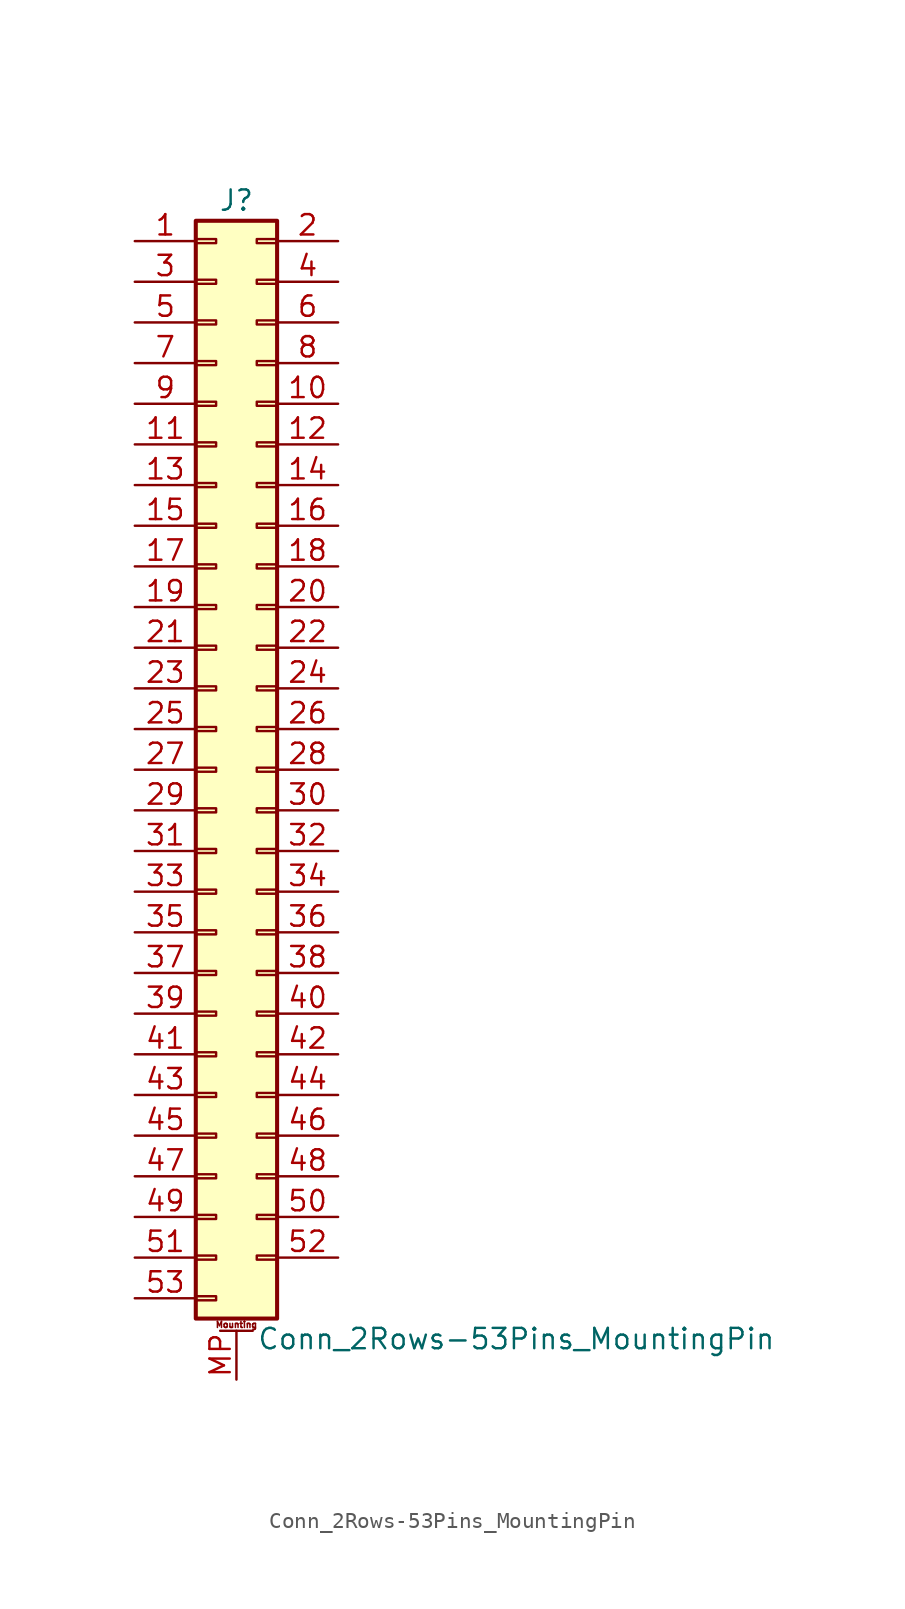
<source format=kicad_sym>
(kicad_symbol_lib
  (version 20200908)
  (generator kicad_symbol_editor)
  (symbol "Connector_Generic_MountingPin:Conn_2Rows-53Pins_MountingPin"
    (pin_names
      (offset 1.016) hide)
    (property "Reference" "J"
      (at 1.27 35.56 0)
      (effects (font (size 1.27 1.27))))
    (property "Value" "Conn_2Rows-53Pins_MountingPin"
      (at 2.54 -35.56 0)
      (effects (font (size 1.27 1.27)) (justify left)))
    (symbol "Conn_2Rows-53Pins_MountingPin_1_1"
      (text "Mounting" (at 1.27 -34.671 0) (effects (font (size 0.381 0.381))))
      (rectangle (start -1.27 -27.813) (end 0 -28.067) (stroke (width 0.152)) (fill (type none)))
      (rectangle (start -1.27 -30.353) (end 0 -30.607) (stroke (width 0.152)) (fill (type none)))
      (rectangle (start -1.27 -32.893) (end 0 -33.147) (stroke (width 0.152)) (fill (type none)))
      (rectangle (start -1.27 -4.953) (end 0 -5.207) (stroke (width 0.152)) (fill (type none)))
      (rectangle (start -1.27 -7.493) (end 0 -7.747) (stroke (width 0.152)) (fill (type none)))
      (rectangle (start -1.27 -10.033) (end 0 -10.287) (stroke (width 0.152)) (fill (type none)))
      (rectangle (start -1.27 -12.573) (end 0 -12.827) (stroke (width 0.152)) (fill (type none)))
      (rectangle (start -1.27 -15.113) (end 0 -15.367) (stroke (width 0.152)) (fill (type none)))
      (rectangle (start -1.27 -17.653) (end 0 -17.907) (stroke (width 0.152)) (fill (type none)))
      (rectangle (start -1.27 -20.193) (end 0 -20.447) (stroke (width 0.152)) (fill (type none)))
      (rectangle (start -1.27 -22.733) (end 0 -22.987) (stroke (width 0.152)) (fill (type none)))
      (rectangle (start -1.27 -2.413) (end 0 -2.667) (stroke (width 0.152)) (fill (type none)))
      (rectangle (start -1.27 -25.273) (end 0 -25.527) (stroke (width 0.152)) (fill (type none)))
      (rectangle (start -1.27 25.527) (end 0 25.273) (stroke (width 0.152)) (fill (type none)))
      (rectangle (start -1.27 2.667) (end 0 2.413) (stroke (width 0.152)) (fill (type none)))
      (rectangle (start -1.27 28.067) (end 0 27.813) (stroke (width 0.152)) (fill (type none)))
      (rectangle (start -1.27 30.607) (end 0 30.353) (stroke (width 0.152)) (fill (type none)))
      (rectangle (start -1.27 33.147) (end 0 32.893) (stroke (width 0.152)) (fill (type none)))
      (rectangle (start -1.27 34.29) (end 3.81 -34.29) (stroke (width 0.254)) (fill (type background)))
      (rectangle (start -1.27 5.207) (end 0 4.953) (stroke (width 0.152)) (fill (type none)))
      (rectangle (start -1.27 7.747) (end 0 7.493) (stroke (width 0.152)) (fill (type none)))
      (rectangle (start -1.27 10.287) (end 0 10.033) (stroke (width 0.152)) (fill (type none)))
      (rectangle (start -1.27 0.127) (end 0 -0.127) (stroke (width 0.152)) (fill (type none)))
      (rectangle (start -1.27 12.827) (end 0 12.573) (stroke (width 0.152)) (fill (type none)))
      (rectangle (start -1.27 15.367) (end 0 15.113) (stroke (width 0.152)) (fill (type none)))
      (rectangle (start -1.27 17.907) (end 0 17.653) (stroke (width 0.152)) (fill (type none)))
      (rectangle (start -1.27 20.447) (end 0 20.193) (stroke (width 0.152)) (fill (type none)))
      (rectangle (start -1.27 22.987) (end 0 22.733) (stroke (width 0.152)) (fill (type none)))
      (rectangle (start 3.81 -27.813) (end 2.54 -28.067) (stroke (width 0.152)) (fill (type none)))
      (rectangle (start 3.81 -30.353) (end 2.54 -30.607) (stroke (width 0.152)) (fill (type none)))
      (rectangle (start 3.81 -4.953) (end 2.54 -5.207) (stroke (width 0.152)) (fill (type none)))
      (rectangle (start 3.81 -7.493) (end 2.54 -7.747) (stroke (width 0.152)) (fill (type none)))
      (rectangle (start 3.81 -10.033) (end 2.54 -10.287) (stroke (width 0.152)) (fill (type none)))
      (rectangle (start 3.81 -12.573) (end 2.54 -12.827) (stroke (width 0.152)) (fill (type none)))
      (rectangle (start 3.81 -15.113) (end 2.54 -15.367) (stroke (width 0.152)) (fill (type none)))
      (rectangle (start 3.81 -17.653) (end 2.54 -17.907) (stroke (width 0.152)) (fill (type none)))
      (rectangle (start 3.81 -20.193) (end 2.54 -20.447) (stroke (width 0.152)) (fill (type none)))
      (rectangle (start 3.81 -22.733) (end 2.54 -22.987) (stroke (width 0.152)) (fill (type none)))
      (rectangle (start 3.81 -2.413) (end 2.54 -2.667) (stroke (width 0.152)) (fill (type none)))
      (rectangle (start 3.81 -25.273) (end 2.54 -25.527) (stroke (width 0.152)) (fill (type none)))
      (rectangle (start 3.81 25.527) (end 2.54 25.273) (stroke (width 0.152)) (fill (type none)))
      (rectangle (start 3.81 2.667) (end 2.54 2.413) (stroke (width 0.152)) (fill (type none)))
      (rectangle (start 3.81 28.067) (end 2.54 27.813) (stroke (width 0.152)) (fill (type none)))
      (rectangle (start 3.81 30.607) (end 2.54 30.353) (stroke (width 0.152)) (fill (type none)))
      (rectangle (start 3.81 33.147) (end 2.54 32.893) (stroke (width 0.152)) (fill (type none)))
      (rectangle (start 3.81 5.207) (end 2.54 4.953) (stroke (width 0.152)) (fill (type none)))
      (rectangle (start 3.81 7.747) (end 2.54 7.493) (stroke (width 0.152)) (fill (type none)))
      (rectangle (start 3.81 10.287) (end 2.54 10.033) (stroke (width 0.152)) (fill (type none)))
      (rectangle (start 3.81 0.127) (end 2.54 -0.127) (stroke (width 0.152)) (fill (type none)))
      (rectangle (start 3.81 12.827) (end 2.54 12.573) (stroke (width 0.152)) (fill (type none)))
      (rectangle (start 3.81 15.367) (end 2.54 15.113) (stroke (width 0.152)) (fill (type none)))
      (rectangle (start 3.81 17.907) (end 2.54 17.653) (stroke (width 0.152)) (fill (type none)))
      (rectangle (start 3.81 20.447) (end 2.54 20.193) (stroke (width 0.152)) (fill (type none)))
      (rectangle (start 3.81 22.987) (end 2.54 22.733) (stroke (width 0.152)) (fill (type none)))
      (polyline (pts (xy 0.254 -35.052) (xy 2.286 -35.052)) (stroke (width 0.152)) (fill (type none)))
      (pin passive line (at 1.27 -38.1 90) (length 3.048) (name "MountPin" (effects (font (size 1.27 1.27)))) (number "MP" (effects (font (size 1.27 1.27)))))
      (pin passive line (at -5.08 33.02 0) (length 3.81) (name "Pin_1" (effects (font (size 1.27 1.27)))) (number "1" (effects (font (size 1.27 1.27)))))
      (pin passive line (at 7.62 22.86 180) (length 3.81) (name "Pin_10" (effects (font (size 1.27 1.27)))) (number "10" (effects (font (size 1.27 1.27)))))
      (pin passive line (at -5.08 20.32 0) (length 3.81) (name "Pin_11" (effects (font (size 1.27 1.27)))) (number "11" (effects (font (size 1.27 1.27)))))
      (pin passive line (at 7.62 20.32 180) (length 3.81) (name "Pin_12" (effects (font (size 1.27 1.27)))) (number "12" (effects (font (size 1.27 1.27)))))
      (pin passive line (at -5.08 17.78 0) (length 3.81) (name "Pin_13" (effects (font (size 1.27 1.27)))) (number "13" (effects (font (size 1.27 1.27)))))
      (pin passive line (at 7.62 17.78 180) (length 3.81) (name "Pin_14" (effects (font (size 1.27 1.27)))) (number "14" (effects (font (size 1.27 1.27)))))
      (pin passive line (at -5.08 15.24 0) (length 3.81) (name "Pin_15" (effects (font (size 1.27 1.27)))) (number "15" (effects (font (size 1.27 1.27)))))
      (pin passive line (at 7.62 15.24 180) (length 3.81) (name "Pin_16" (effects (font (size 1.27 1.27)))) (number "16" (effects (font (size 1.27 1.27)))))
      (pin passive line (at -5.08 12.7 0) (length 3.81) (name "Pin_17" (effects (font (size 1.27 1.27)))) (number "17" (effects (font (size 1.27 1.27)))))
      (pin passive line (at 7.62 12.7 180) (length 3.81) (name "Pin_18" (effects (font (size 1.27 1.27)))) (number "18" (effects (font (size 1.27 1.27)))))
      (pin passive line (at -5.08 10.16 0) (length 3.81) (name "Pin_19" (effects (font (size 1.27 1.27)))) (number "19" (effects (font (size 1.27 1.27)))))
      (pin passive line (at 7.62 33.02 180) (length 3.81) (name "Pin_2" (effects (font (size 1.27 1.27)))) (number "2" (effects (font (size 1.27 1.27)))))
      (pin passive line (at 7.62 10.16 180) (length 3.81) (name "Pin_20" (effects (font (size 1.27 1.27)))) (number "20" (effects (font (size 1.27 1.27)))))
      (pin passive line (at -5.08 7.62 0) (length 3.81) (name "Pin_21" (effects (font (size 1.27 1.27)))) (number "21" (effects (font (size 1.27 1.27)))))
      (pin passive line (at 7.62 7.62 180) (length 3.81) (name "Pin_22" (effects (font (size 1.27 1.27)))) (number "22" (effects (font (size 1.27 1.27)))))
      (pin passive line (at -5.08 5.08 0) (length 3.81) (name "Pin_23" (effects (font (size 1.27 1.27)))) (number "23" (effects (font (size 1.27 1.27)))))
      (pin passive line (at 7.62 5.08 180) (length 3.81) (name "Pin_24" (effects (font (size 1.27 1.27)))) (number "24" (effects (font (size 1.27 1.27)))))
      (pin passive line (at -5.08 2.54 0) (length 3.81) (name "Pin_25" (effects (font (size 1.27 1.27)))) (number "25" (effects (font (size 1.27 1.27)))))
      (pin passive line (at 7.62 2.54 180) (length 3.81) (name "Pin_26" (effects (font (size 1.27 1.27)))) (number "26" (effects (font (size 1.27 1.27)))))
      (pin passive line (at -5.08 0 0) (length 3.81) (name "Pin_27" (effects (font (size 1.27 1.27)))) (number "27" (effects (font (size 1.27 1.27)))))
      (pin passive line (at 7.62 0 180) (length 3.81) (name "Pin_28" (effects (font (size 1.27 1.27)))) (number "28" (effects (font (size 1.27 1.27)))))
      (pin passive line (at -5.08 -2.54 0) (length 3.81) (name "Pin_29" (effects (font (size 1.27 1.27)))) (number "29" (effects (font (size 1.27 1.27)))))
      (pin passive line (at -5.08 30.48 0) (length 3.81) (name "Pin_3" (effects (font (size 1.27 1.27)))) (number "3" (effects (font (size 1.27 1.27)))))
      (pin passive line (at 7.62 -2.54 180) (length 3.81) (name "Pin_30" (effects (font (size 1.27 1.27)))) (number "30" (effects (font (size 1.27 1.27)))))
      (pin passive line (at -5.08 -5.08 0) (length 3.81) (name "Pin_31" (effects (font (size 1.27 1.27)))) (number "31" (effects (font (size 1.27 1.27)))))
      (pin passive line (at 7.62 -5.08 180) (length 3.81) (name "Pin_32" (effects (font (size 1.27 1.27)))) (number "32" (effects (font (size 1.27 1.27)))))
      (pin passive line (at -5.08 -7.62 0) (length 3.81) (name "Pin_33" (effects (font (size 1.27 1.27)))) (number "33" (effects (font (size 1.27 1.27)))))
      (pin passive line (at 7.62 -7.62 180) (length 3.81) (name "Pin_34" (effects (font (size 1.27 1.27)))) (number "34" (effects (font (size 1.27 1.27)))))
      (pin passive line (at -5.08 -10.16 0) (length 3.81) (name "Pin_35" (effects (font (size 1.27 1.27)))) (number "35" (effects (font (size 1.27 1.27)))))
      (pin passive line (at 7.62 -10.16 180) (length 3.81) (name "Pin_36" (effects (font (size 1.27 1.27)))) (number "36" (effects (font (size 1.27 1.27)))))
      (pin passive line (at -5.08 -12.7 0) (length 3.81) (name "Pin_37" (effects (font (size 1.27 1.27)))) (number "37" (effects (font (size 1.27 1.27)))))
      (pin passive line (at 7.62 -12.7 180) (length 3.81) (name "Pin_38" (effects (font (size 1.27 1.27)))) (number "38" (effects (font (size 1.27 1.27)))))
      (pin passive line (at -5.08 -15.24 0) (length 3.81) (name "Pin_39" (effects (font (size 1.27 1.27)))) (number "39" (effects (font (size 1.27 1.27)))))
      (pin passive line (at 7.62 30.48 180) (length 3.81) (name "Pin_4" (effects (font (size 1.27 1.27)))) (number "4" (effects (font (size 1.27 1.27)))))
      (pin passive line (at 7.62 -15.24 180) (length 3.81) (name "Pin_40" (effects (font (size 1.27 1.27)))) (number "40" (effects (font (size 1.27 1.27)))))
      (pin passive line (at -5.08 -17.78 0) (length 3.81) (name "Pin_41" (effects (font (size 1.27 1.27)))) (number "41" (effects (font (size 1.27 1.27)))))
      (pin passive line (at 7.62 -17.78 180) (length 3.81) (name "Pin_42" (effects (font (size 1.27 1.27)))) (number "42" (effects (font (size 1.27 1.27)))))
      (pin passive line (at -5.08 -20.32 0) (length 3.81) (name "Pin_43" (effects (font (size 1.27 1.27)))) (number "43" (effects (font (size 1.27 1.27)))))
      (pin passive line (at 7.62 -20.32 180) (length 3.81) (name "Pin_44" (effects (font (size 1.27 1.27)))) (number "44" (effects (font (size 1.27 1.27)))))
      (pin passive line (at -5.08 -22.86 0) (length 3.81) (name "Pin_45" (effects (font (size 1.27 1.27)))) (number "45" (effects (font (size 1.27 1.27)))))
      (pin passive line (at 7.62 -22.86 180) (length 3.81) (name "Pin_46" (effects (font (size 1.27 1.27)))) (number "46" (effects (font (size 1.27 1.27)))))
      (pin passive line (at -5.08 -25.4 0) (length 3.81) (name "Pin_47" (effects (font (size 1.27 1.27)))) (number "47" (effects (font (size 1.27 1.27)))))
      (pin passive line (at 7.62 -25.4 180) (length 3.81) (name "Pin_48" (effects (font (size 1.27 1.27)))) (number "48" (effects (font (size 1.27 1.27)))))
      (pin passive line (at -5.08 -27.94 0) (length 3.81) (name "Pin_49" (effects (font (size 1.27 1.27)))) (number "49" (effects (font (size 1.27 1.27)))))
      (pin passive line (at -5.08 27.94 0) (length 3.81) (name "Pin_5" (effects (font (size 1.27 1.27)))) (number "5" (effects (font (size 1.27 1.27)))))
      (pin passive line (at 7.62 -27.94 180) (length 3.81) (name "Pin_50" (effects (font (size 1.27 1.27)))) (number "50" (effects (font (size 1.27 1.27)))))
      (pin passive line (at -5.08 -30.48 0) (length 3.81) (name "Pin_51" (effects (font (size 1.27 1.27)))) (number "51" (effects (font (size 1.27 1.27)))))
      (pin passive line (at 7.62 -30.48 180) (length 3.81) (name "Pin_52" (effects (font (size 1.27 1.27)))) (number "52" (effects (font (size 1.27 1.27)))))
      (pin passive line (at -5.08 -33.02 0) (length 3.81) (name "Pin_53" (effects (font (size 1.27 1.27)))) (number "53" (effects (font (size 1.27 1.27)))))
      (pin passive line (at 7.62 27.94 180) (length 3.81) (name "Pin_6" (effects (font (size 1.27 1.27)))) (number "6" (effects (font (size 1.27 1.27)))))
      (pin passive line (at -5.08 25.4 0) (length 3.81) (name "Pin_7" (effects (font (size 1.27 1.27)))) (number "7" (effects (font (size 1.27 1.27)))))
      (pin passive line (at 7.62 25.4 180) (length 3.81) (name "Pin_8" (effects (font (size 1.27 1.27)))) (number "8" (effects (font (size 1.27 1.27)))))
      (pin passive line (at -5.08 22.86 0) (length 3.81) (name "Pin_9" (effects (font (size 1.27 1.27)))) (number "9" (effects (font (size 1.27 1.27))))))))
</source>
